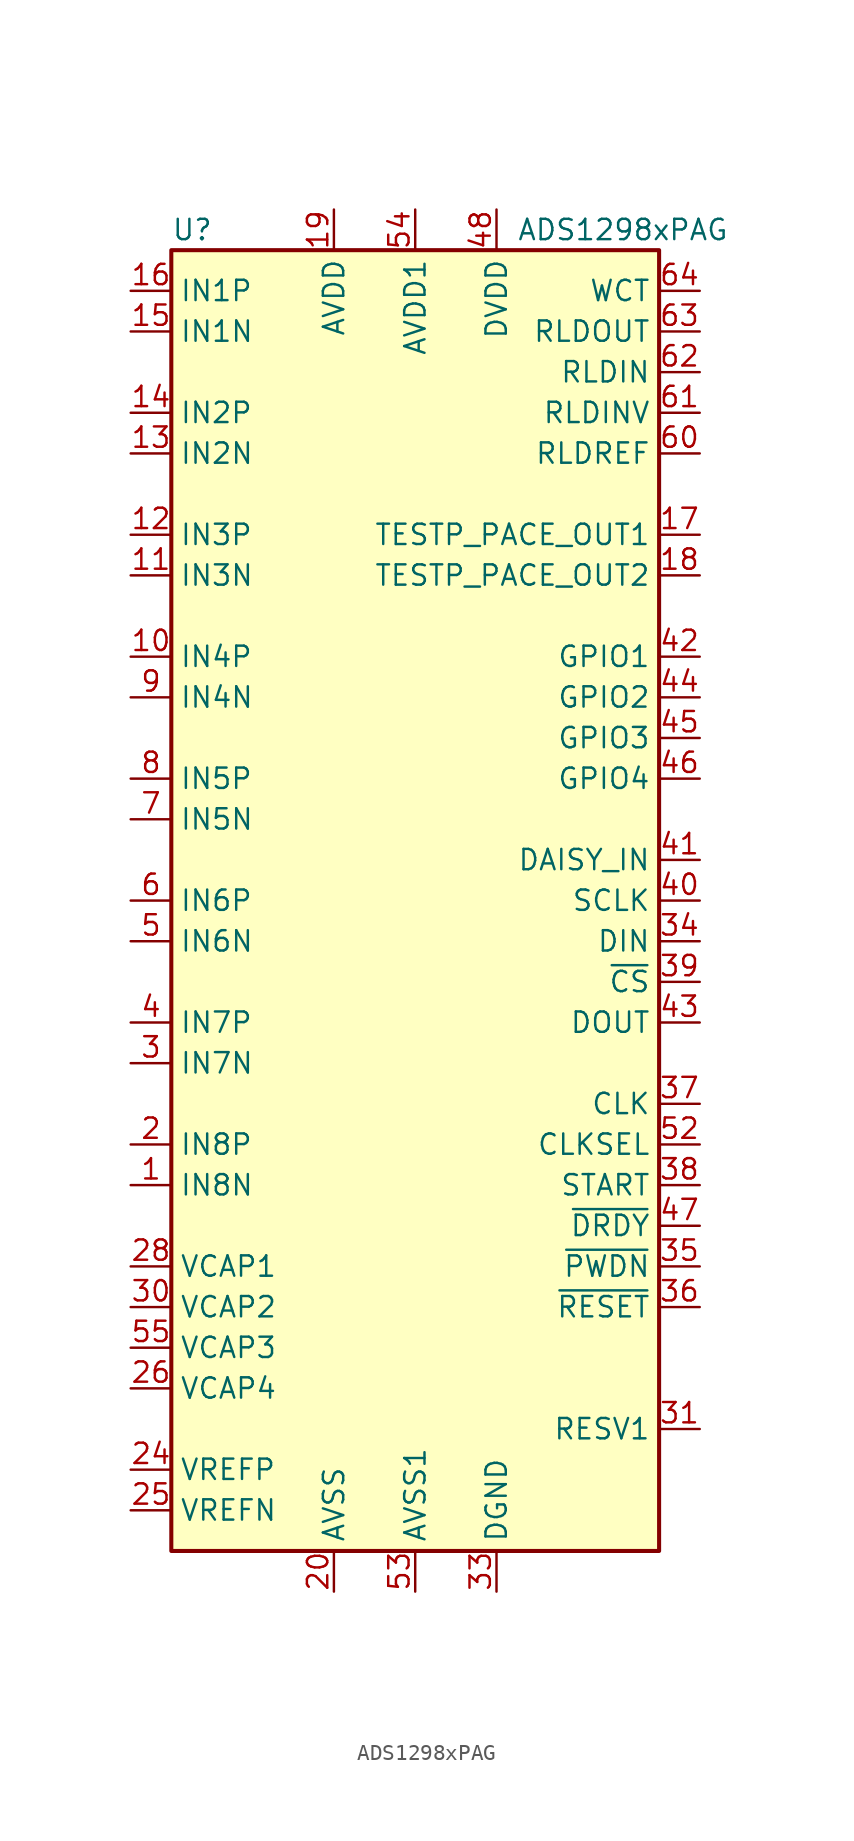
<source format=kicad_sym>
(kicad_symbol_lib
  (version 20231120)
  (generator "kicad_symbol_editor")
  (generator_version "8.0")
  (symbol "ADS1298xPAG"
    (property "Reference" "U"
      (at -15.24 41.91 0)
      (effects (font (size 1.27 1.27)) (justify left)))
    (property "Value" "ADS1298xPAG"
      (at 6.35 41.91 0)
      (effects (font (size 1.27 1.27)) (justify left)))
    (symbol "ADS1298xPAG_0_1"
      (rectangle (start -15.24 40.64) (end 15.24 -40.64) (stroke (width 0.254) (type default)) (fill (type background))))
    (symbol "ADS1298xPAG_1_1"
      (pin input line (at -17.78 -17.78 0) (length 2.54) (name "IN8N" (effects (font (size 1.27 1.27)))) (number "1" (effects (font (size 1.27 1.27)))))
      (pin input line (at -17.78 15.24 0) (length 2.54) (name "IN4P" (effects (font (size 1.27 1.27)))) (number "10" (effects (font (size 1.27 1.27)))))
      (pin input line (at -17.78 20.32 0) (length 2.54) (name "IN3N" (effects (font (size 1.27 1.27)))) (number "11" (effects (font (size 1.27 1.27)))))
      (pin input line (at -17.78 22.86 0) (length 2.54) (name "IN3P" (effects (font (size 1.27 1.27)))) (number "12" (effects (font (size 1.27 1.27)))))
      (pin input line (at -17.78 27.94 0) (length 2.54) (name "IN2N" (effects (font (size 1.27 1.27)))) (number "13" (effects (font (size 1.27 1.27)))))
      (pin input line (at -17.78 30.48 0) (length 2.54) (name "IN2P" (effects (font (size 1.27 1.27)))) (number "14" (effects (font (size 1.27 1.27)))))
      (pin input line (at -17.78 35.56 0) (length 2.54) (name "IN1N" (effects (font (size 1.27 1.27)))) (number "15" (effects (font (size 1.27 1.27)))))
      (pin input line (at -17.78 38.1 0) (length 2.54) (name "IN1P" (effects (font (size 1.27 1.27)))) (number "16" (effects (font (size 1.27 1.27)))))
      (pin bidirectional line (at 17.78 22.86 180) (length 2.54) (name "TESTP_PACE_OUT1" (effects (font (size 1.27 1.27)))) (number "17" (effects (font (size 1.27 1.27)))))
      (pin bidirectional line (at 17.78 20.32 180) (length 2.54) (name "TESTP_PACE_OUT2" (effects (font (size 1.27 1.27)))) (number "18" (effects (font (size 1.27 1.27)))))
      (pin power_in line (at -5.08 43.18 270) (length 2.54) (name "AVDD" (effects (font (size 1.27 1.27)))) (number "19" (effects (font (size 1.27 1.27)))))
      (pin input line (at -17.78 -15.24 0) (length 2.54) (name "IN8P" (effects (font (size 1.27 1.27)))) (number "2" (effects (font (size 1.27 1.27)))))
      (pin power_in line (at -5.08 -43.18 90) (length 2.54) (name "AVSS" (effects (font (size 1.27 1.27)))) (number "20" (effects (font (size 1.27 1.27)))))
      (pin passive line (at -5.08 43.18 270) (length 2.54) hide (name "AVDD" (effects (font (size 1.27 1.27)))) (number "21" (effects (font (size 1.27 1.27)))))
      (pin passive line (at -5.08 43.18 270) (length 2.54) hide (name "AVDD" (effects (font (size 1.27 1.27)))) (number "22" (effects (font (size 1.27 1.27)))))
      (pin passive line (at -5.08 -43.18 90) (length 2.54) hide (name "AVSS" (effects (font (size 1.27 1.27)))) (number "23" (effects (font (size 1.27 1.27)))))
      (pin passive line (at -17.78 -35.56 0) (length 2.54) (name "VREFP" (effects (font (size 1.27 1.27)))) (number "24" (effects (font (size 1.27 1.27)))))
      (pin passive line (at -17.78 -38.1 0) (length 2.54) (name "VREFN" (effects (font (size 1.27 1.27)))) (number "25" (effects (font (size 1.27 1.27)))))
      (pin passive line (at -17.78 -30.48 0) (length 2.54) (name "VCAP4" (effects (font (size 1.27 1.27)))) (number "26" (effects (font (size 1.27 1.27)))))
      (pin no_connect line (at 15.24 -35.56 180) (length 2.54) hide (name "NC" (effects (font (size 1.27 1.27)))) (number "27" (effects (font (size 1.27 1.27)))))
      (pin passive line (at -17.78 -22.86 0) (length 2.54) (name "VCAP1" (effects (font (size 1.27 1.27)))) (number "28" (effects (font (size 1.27 1.27)))))
      (pin no_connect line (at 15.24 -38.1 180) (length 2.54) hide (name "NC" (effects (font (size 1.27 1.27)))) (number "29" (effects (font (size 1.27 1.27)))))
      (pin input line (at -17.78 -10.16 0) (length 2.54) (name "IN7N" (effects (font (size 1.27 1.27)))) (number "3" (effects (font (size 1.27 1.27)))))
      (pin passive line (at -17.78 -25.4 0) (length 2.54) (name "VCAP2" (effects (font (size 1.27 1.27)))) (number "30" (effects (font (size 1.27 1.27)))))
      (pin input line (at 17.78 -33.02 180) (length 2.54) (name "RESV1" (effects (font (size 1.27 1.27)))) (number "31" (effects (font (size 1.27 1.27)))))
      (pin passive line (at -5.08 -43.18 90) (length 2.54) hide (name "AVSS" (effects (font (size 1.27 1.27)))) (number "32" (effects (font (size 1.27 1.27)))))
      (pin power_in line (at 5.08 -43.18 90) (length 2.54) (name "DGND" (effects (font (size 1.27 1.27)))) (number "33" (effects (font (size 1.27 1.27)))))
      (pin input line (at 17.78 -2.54 180) (length 2.54) (name "DIN" (effects (font (size 1.27 1.27)))) (number "34" (effects (font (size 1.27 1.27)))))
      (pin input line (at 17.78 -22.86 180) (length 2.54) (name "~{PWDN}" (effects (font (size 1.27 1.27)))) (number "35" (effects (font (size 1.27 1.27)))))
      (pin input line (at 17.78 -25.4 180) (length 2.54) (name "~{RESET}" (effects (font (size 1.27 1.27)))) (number "36" (effects (font (size 1.27 1.27)))))
      (pin bidirectional line (at 17.78 -12.7 180) (length 2.54) (name "CLK" (effects (font (size 1.27 1.27)))) (number "37" (effects (font (size 1.27 1.27)))))
      (pin input line (at 17.78 -17.78 180) (length 2.54) (name "START" (effects (font (size 1.27 1.27)))) (number "38" (effects (font (size 1.27 1.27)))))
      (pin input line (at 17.78 -5.08 180) (length 2.54) (name "~{CS}" (effects (font (size 1.27 1.27)))) (number "39" (effects (font (size 1.27 1.27)))))
      (pin input line (at -17.78 -7.62 0) (length 2.54) (name "IN7P" (effects (font (size 1.27 1.27)))) (number "4" (effects (font (size 1.27 1.27)))))
      (pin input line (at 17.78 0 180) (length 2.54) (name "SCLK" (effects (font (size 1.27 1.27)))) (number "40" (effects (font (size 1.27 1.27)))))
      (pin input line (at 17.78 2.54 180) (length 2.54) (name "DAISY_IN" (effects (font (size 1.27 1.27)))) (number "41" (effects (font (size 1.27 1.27)))))
      (pin bidirectional line (at 17.78 15.24 180) (length 2.54) (name "GPIO1" (effects (font (size 1.27 1.27)))) (number "42" (effects (font (size 1.27 1.27)))))
      (pin output line (at 17.78 -7.62 180) (length 2.54) (name "DOUT" (effects (font (size 1.27 1.27)))) (number "43" (effects (font (size 1.27 1.27)))))
      (pin bidirectional line (at 17.78 12.7 180) (length 2.54) (name "GPIO2" (effects (font (size 1.27 1.27)))) (number "44" (effects (font (size 1.27 1.27)))))
      (pin bidirectional line (at 17.78 10.16 180) (length 2.54) (name "GPIO3" (effects (font (size 1.27 1.27)))) (number "45" (effects (font (size 1.27 1.27)))))
      (pin bidirectional line (at 17.78 7.62 180) (length 2.54) (name "GPIO4" (effects (font (size 1.27 1.27)))) (number "46" (effects (font (size 1.27 1.27)))))
      (pin output line (at 17.78 -20.32 180) (length 2.54) (name "~{DRDY}" (effects (font (size 1.27 1.27)))) (number "47" (effects (font (size 1.27 1.27)))))
      (pin power_in line (at 5.08 43.18 270) (length 2.54) (name "DVDD" (effects (font (size 1.27 1.27)))) (number "48" (effects (font (size 1.27 1.27)))))
      (pin passive line (at 5.08 -43.18 90) (length 2.54) hide (name "DGND" (effects (font (size 1.27 1.27)))) (number "49" (effects (font (size 1.27 1.27)))))
      (pin input line (at -17.78 -2.54 0) (length 2.54) (name "IN6N" (effects (font (size 1.27 1.27)))) (number "5" (effects (font (size 1.27 1.27)))))
      (pin passive line (at 5.08 43.18 270) (length 2.54) hide (name "DVDD" (effects (font (size 1.27 1.27)))) (number "50" (effects (font (size 1.27 1.27)))))
      (pin passive line (at 5.08 -43.18 90) (length 2.54) hide (name "DGND" (effects (font (size 1.27 1.27)))) (number "51" (effects (font (size 1.27 1.27)))))
      (pin input line (at 17.78 -15.24 180) (length 2.54) (name "CLKSEL" (effects (font (size 1.27 1.27)))) (number "52" (effects (font (size 1.27 1.27)))))
      (pin power_in line (at 0 -43.18 90) (length 2.54) (name "AVSS1" (effects (font (size 1.27 1.27)))) (number "53" (effects (font (size 1.27 1.27)))))
      (pin power_in line (at 0 43.18 270) (length 2.54) (name "AVDD1" (effects (font (size 1.27 1.27)))) (number "54" (effects (font (size 1.27 1.27)))))
      (pin passive line (at -17.78 -27.94 0) (length 2.54) (name "VCAP3" (effects (font (size 1.27 1.27)))) (number "55" (effects (font (size 1.27 1.27)))))
      (pin passive line (at -5.08 43.18 270) (length 2.54) hide (name "AVDD" (effects (font (size 1.27 1.27)))) (number "56" (effects (font (size 1.27 1.27)))))
      (pin passive line (at -5.08 -43.18 90) (length 2.54) hide (name "AVSS" (effects (font (size 1.27 1.27)))) (number "57" (effects (font (size 1.27 1.27)))))
      (pin passive line (at -5.08 -43.18 90) (length 2.54) hide (name "AVSS" (effects (font (size 1.27 1.27)))) (number "58" (effects (font (size 1.27 1.27)))))
      (pin passive line (at -5.08 43.18 270) (length 2.54) hide (name "AVDD" (effects (font (size 1.27 1.27)))) (number "59" (effects (font (size 1.27 1.27)))))
      (pin input line (at -17.78 0 0) (length 2.54) (name "IN6P" (effects (font (size 1.27 1.27)))) (number "6" (effects (font (size 1.27 1.27)))))
      (pin input line (at 17.78 27.94 180) (length 2.54) (name "RLDREF" (effects (font (size 1.27 1.27)))) (number "60" (effects (font (size 1.27 1.27)))))
      (pin input line (at 17.78 30.48 180) (length 2.54) (name "RLDINV" (effects (font (size 1.27 1.27)))) (number "61" (effects (font (size 1.27 1.27)))))
      (pin input line (at 17.78 33.02 180) (length 2.54) (name "RLDIN" (effects (font (size 1.27 1.27)))) (number "62" (effects (font (size 1.27 1.27)))))
      (pin output line (at 17.78 35.56 180) (length 2.54) (name "RLDOUT" (effects (font (size 1.27 1.27)))) (number "63" (effects (font (size 1.27 1.27)))))
      (pin output line (at 17.78 38.1 180) (length 2.54) (name "WCT" (effects (font (size 1.27 1.27)))) (number "64" (effects (font (size 1.27 1.27)))))
      (pin input line (at -17.78 5.08 0) (length 2.54) (name "IN5N" (effects (font (size 1.27 1.27)))) (number "7" (effects (font (size 1.27 1.27)))))
      (pin input line (at -17.78 7.62 0) (length 2.54) (name "IN5P" (effects (font (size 1.27 1.27)))) (number "8" (effects (font (size 1.27 1.27)))))
      (pin input line (at -17.78 12.7 0) (length 2.54) (name "IN4N" (effects (font (size 1.27 1.27)))) (number "9" (effects (font (size 1.27 1.27))))))))
</source>
